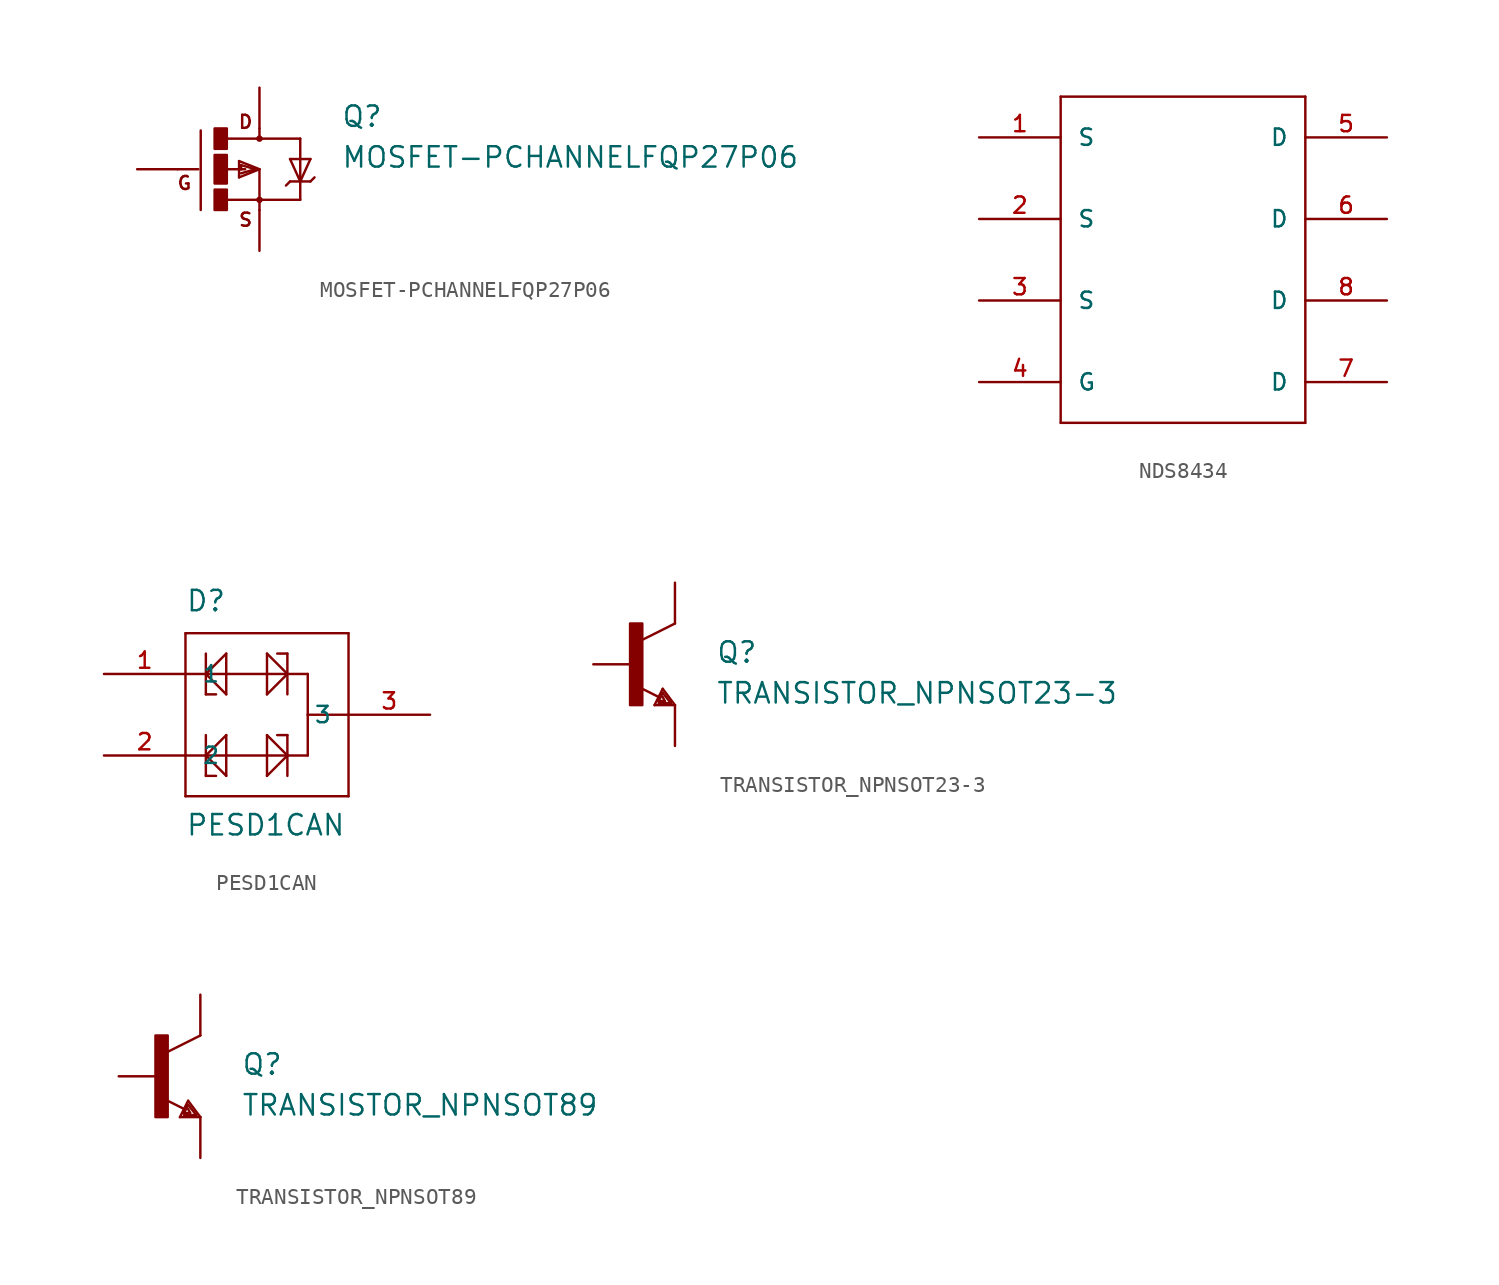
<source format=kicad_sym>
(kicad_symbol_lib
  (version 20211014)
  (generator kicad_symbol_editor)
  (symbol "MOSFET-PCHANNELFQP27P06"
    (pin_numbers hide)
    (pin_names
      (offset 1.016) hide)
    (property "Reference" "Q"
      (at 5.08 2.54 0)
      (effects (font (size 1.27 1.27)) (justify left bottom)))
    (property "Value" "MOSFET-PCHANNELFQP27P06"
      (at 5.08 0 0)
      (effects (font (size 1.27 1.27)) (justify left bottom)))
    (property "ki_locked" ""
      (at 0 0 0)
      (effects (font (size 1.27 1.27))))
    (symbol "MOSFET-PCHANNELFQP27P06_1_0"
      (polyline (pts (xy -3.81 0) (xy -5.08 0)) (stroke (width 0) (type default) (color 0 0 0 0)) (fill (type none)))
      (polyline (pts (xy -3.658 2.413) (xy -3.658 -2.54)) (stroke (width 0) (type default) (color 0 0 0 0)) (fill (type none)))
      (polyline (pts (xy -2.032 -1.905) (xy 0 -1.905)) (stroke (width 0) (type default) (color 0 0 0 0)) (fill (type none)))
      (polyline (pts (xy -1.27 -0.508) (xy 0 0)) (stroke (width 0) (type default) (color 0 0 0 0)) (fill (type none)))
      (polyline (pts (xy -1.27 0.508) (xy -1.27 -0.508)) (stroke (width 0) (type default) (color 0 0 0 0)) (fill (type none)))
      (polyline (pts (xy -1.143 -0.254) (xy -0.254 0)) (stroke (width 0) (type default) (color 0 0 0 0)) (fill (type none)))
      (polyline (pts (xy -1.143 0) (xy -2.032 0)) (stroke (width 0) (type default) (color 0 0 0 0)) (fill (type none)))
      (polyline (pts (xy -1.143 0) (xy -0.889 0)) (stroke (width 0) (type default) (color 0 0 0 0)) (fill (type none)))
      (polyline (pts (xy -1.143 0.254) (xy -1.143 0)) (stroke (width 0) (type default) (color 0 0 0 0)) (fill (type none)))
      (polyline (pts (xy -0.254 0) (xy -1.143 0.254)) (stroke (width 0) (type default) (color 0 0 0 0)) (fill (type none)))
      (polyline (pts (xy 0 -1.905) (xy 0 -2.54)) (stroke (width 0) (type default) (color 0 0 0 0)) (fill (type none)))
      (polyline (pts (xy 0 0) (xy -1.27 0.508)) (stroke (width 0) (type default) (color 0 0 0 0)) (fill (type none)))
      (polyline (pts (xy 0 0) (xy 0 -1.905)) (stroke (width 0) (type default) (color 0 0 0 0)) (fill (type none)))
      (polyline (pts (xy 0 1.905) (xy -2.007 1.905)) (stroke (width 0) (type default) (color 0 0 0 0)) (fill (type none)))
      (polyline (pts (xy 0 1.905) (xy 2.54 1.905)) (stroke (width 0) (type default) (color 0 0 0 0)) (fill (type none)))
      (polyline (pts (xy 0 2.54) (xy 0 1.905)) (stroke (width 0) (type default) (color 0 0 0 0)) (fill (type none)))
      (polyline (pts (xy 1.905 -0.762) (xy 1.651 -1.016)) (stroke (width 0) (type default) (color 0 0 0 0)) (fill (type none)))
      (polyline (pts (xy 1.905 0.635) (xy 2.54 -0.762)) (stroke (width 0) (type default) (color 0 0 0 0)) (fill (type none)))
      (polyline (pts (xy 2.54 -1.905) (xy 0 -1.905)) (stroke (width 0) (type default) (color 0 0 0 0)) (fill (type none)))
      (polyline (pts (xy 2.54 -1.905) (xy 2.54 -0.762)) (stroke (width 0) (type default) (color 0 0 0 0)) (fill (type none)))
      (polyline (pts (xy 2.54 -0.762) (xy 1.905 -0.762)) (stroke (width 0) (type default) (color 0 0 0 0)) (fill (type none)))
      (polyline (pts (xy 2.54 -0.762) (xy 2.54 1.905)) (stroke (width 0) (type default) (color 0 0 0 0)) (fill (type none)))
      (polyline (pts (xy 2.54 -0.762) (xy 3.175 0.635)) (stroke (width 0) (type default) (color 0 0 0 0)) (fill (type none)))
      (polyline (pts (xy 3.175 -0.762) (xy 2.54 -0.762)) (stroke (width 0) (type default) (color 0 0 0 0)) (fill (type none)))
      (polyline (pts (xy 3.175 -0.762) (xy 3.429 -0.508)) (stroke (width 0) (type default) (color 0 0 0 0)) (fill (type none)))
      (polyline (pts (xy 3.175 0.635) (xy 1.905 0.635)) (stroke (width 0) (type default) (color 0 0 0 0)) (fill (type none)))
      (text "D" (at -0.864 2.946 0) (effects (font (size 0.813 0.813))))
      (text "G" (at -4.674 -0.864 0) (effects (font (size 0.813 0.813))))
      (text "S" (at -0.864 -3.15 0) (effects (font (size 0.813 0.813)))))
    (symbol "MOSFET-PCHANNELFQP27P06_1_1"
      (rectangle (start -2.794 -2.54) (end -2.032 -1.27) (stroke (width 0) (type default) (color 0 0 0 0)) (fill (type outline)))
      (rectangle (start -2.794 -0.889) (end -2.032 0.889) (stroke (width 0) (type default) (color 0 0 0 0)) (fill (type outline)))
      (rectangle (start -2.794 1.27) (end -2.032 2.54) (stroke (width 0) (type default) (color 0 0 0 0)) (fill (type outline)))
      (circle (center 0 -1.905) (radius 0.127) (stroke (width 0) (type default) (color 0 0 0 0)) (fill (type outline)))
      (circle (center 0 1.905) (radius 0.127) (stroke (width 0) (type default) (color 0 0 0 0)) (fill (type outline)))
      (pin passive line (at -7.62 0 0) (length 2.54) (name "G" (effects (font (size 1.016 1.016)))) (number "1" (effects (font (size 1.016 1.016)))))
      (pin passive line (at 0 5.08 270) (length 2.54) (name "D" (effects (font (size 1.016 1.016)))) (number "2" (effects (font (size 1.016 1.016)))))
      (pin passive line (at 0 -5.08 90) (length 2.54) (name "S" (effects (font (size 1.016 1.016)))) (number "3" (effects (font (size 1.016 1.016)))))))
  (symbol "NDS8434"
    (pin_names
      (offset 1.016))
    (property "Reference" "M"
      (at 0 0 0)
      (effects (font (size 1.27 1.27)) hide))
    (property "ki_locked" ""
      (at 0 0 0)
      (effects (font (size 1.27 1.27))))
    (symbol "NDS8434_1_0"
      (polyline (pts (xy -7.62 -10.16) (xy -7.62 10.16)) (stroke (width 0) (type default) (color 0 0 0 0)) (fill (type none)))
      (polyline (pts (xy -7.62 10.16) (xy 7.62 10.16)) (stroke (width 0) (type default) (color 0 0 0 0)) (fill (type none)))
      (polyline (pts (xy 7.62 -10.16) (xy -7.62 -10.16)) (stroke (width 0) (type default) (color 0 0 0 0)) (fill (type none)))
      (polyline (pts (xy 7.62 10.16) (xy 7.62 -10.16)) (stroke (width 0) (type default) (color 0 0 0 0)) (fill (type none))))
    (symbol "NDS8434_1_1"
      (pin bidirectional line (at -12.7 7.62 0) (length 5.08) (name "S" (effects (font (size 1.016 1.016)))) (number "1" (effects (font (size 1.016 1.016)))))
      (pin bidirectional line (at -12.7 2.54 0) (length 5.08) (name "S" (effects (font (size 1.016 1.016)))) (number "2" (effects (font (size 1.016 1.016)))))
      (pin bidirectional line (at -12.7 -2.54 0) (length 5.08) (name "S" (effects (font (size 1.016 1.016)))) (number "3" (effects (font (size 1.016 1.016)))))
      (pin bidirectional line (at -12.7 -7.62 0) (length 5.08) (name "G" (effects (font (size 1.016 1.016)))) (number "4" (effects (font (size 1.016 1.016)))))
      (pin bidirectional line (at 12.7 7.62 180) (length 5.08) (name "D" (effects (font (size 1.016 1.016)))) (number "5" (effects (font (size 1.016 1.016)))))
      (pin bidirectional line (at 12.7 2.54 180) (length 5.08) (name "D" (effects (font (size 1.016 1.016)))) (number "6" (effects (font (size 1.016 1.016)))))
      (pin bidirectional line (at 12.7 -7.62 180) (length 5.08) (name "D" (effects (font (size 1.016 1.016)))) (number "7" (effects (font (size 1.016 1.016)))))
      (pin bidirectional line (at 12.7 -2.54 180) (length 5.08) (name "D" (effects (font (size 1.016 1.016)))) (number "8" (effects (font (size 1.016 1.016)))))))
  (symbol "PESD1CAN"
    (pin_names
      (offset 1.016))
    (property "Reference" "D"
      (at 0 11.43 0)
      (effects (font (size 1.27 1.27)) (justify left bottom)))
    (property "Value" "PESD1CAN"
      (at 0 -2.54 0)
      (effects (font (size 1.27 1.27)) (justify left bottom)))
    (property "ki_locked" ""
      (at 0 0 0)
      (effects (font (size 1.27 1.27))))
    (symbol "PESD1CAN_1_0"
      (polyline (pts (xy 0 0) (xy 10.16 0)) (stroke (width 0) (type default) (color 0 0 0 0)) (fill (type none)))
      (polyline (pts (xy 0 2.54) (xy 0 0)) (stroke (width 0) (type default) (color 0 0 0 0)) (fill (type none)))
      (polyline (pts (xy 0 2.54) (xy 1.27 2.54)) (stroke (width 0) (type default) (color 0 0 0 0)) (fill (type none)))
      (polyline (pts (xy 0 7.62) (xy 0 2.54)) (stroke (width 0) (type default) (color 0 0 0 0)) (fill (type none)))
      (polyline (pts (xy 0 7.62) (xy 1.27 7.62)) (stroke (width 0) (type default) (color 0 0 0 0)) (fill (type none)))
      (polyline (pts (xy 0 10.16) (xy 0 7.62)) (stroke (width 0) (type default) (color 0 0 0 0)) (fill (type none)))
      (polyline (pts (xy 1.27 1.27) (xy 1.905 1.27)) (stroke (width 0) (type default) (color 0 0 0 0)) (fill (type none)))
      (polyline (pts (xy 1.27 2.54) (xy 1.27 1.27)) (stroke (width 0) (type default) (color 0 0 0 0)) (fill (type none)))
      (polyline (pts (xy 1.27 2.54) (xy 2.54 3.81)) (stroke (width 0) (type default) (color 0 0 0 0)) (fill (type none)))
      (polyline (pts (xy 1.27 2.54) (xy 6.35 2.54)) (stroke (width 0) (type default) (color 0 0 0 0)) (fill (type none)))
      (polyline (pts (xy 1.27 3.81) (xy 1.27 2.54)) (stroke (width 0) (type default) (color 0 0 0 0)) (fill (type none)))
      (polyline (pts (xy 1.27 6.35) (xy 1.905 6.35)) (stroke (width 0) (type default) (color 0 0 0 0)) (fill (type none)))
      (polyline (pts (xy 1.27 7.62) (xy 1.27 6.35)) (stroke (width 0) (type default) (color 0 0 0 0)) (fill (type none)))
      (polyline (pts (xy 1.27 7.62) (xy 2.54 8.89)) (stroke (width 0) (type default) (color 0 0 0 0)) (fill (type none)))
      (polyline (pts (xy 1.27 7.62) (xy 6.35 7.62)) (stroke (width 0) (type default) (color 0 0 0 0)) (fill (type none)))
      (polyline (pts (xy 1.27 8.89) (xy 1.27 7.62)) (stroke (width 0) (type default) (color 0 0 0 0)) (fill (type none)))
      (polyline (pts (xy 2.54 1.27) (xy 1.27 2.54)) (stroke (width 0) (type default) (color 0 0 0 0)) (fill (type none)))
      (polyline (pts (xy 2.54 3.81) (xy 2.54 1.27)) (stroke (width 0) (type default) (color 0 0 0 0)) (fill (type none)))
      (polyline (pts (xy 2.54 6.35) (xy 1.27 7.62)) (stroke (width 0) (type default) (color 0 0 0 0)) (fill (type none)))
      (polyline (pts (xy 2.54 8.89) (xy 2.54 6.35)) (stroke (width 0) (type default) (color 0 0 0 0)) (fill (type none)))
      (polyline (pts (xy 5.08 1.27) (xy 6.35 2.54)) (stroke (width 0) (type default) (color 0 0 0 0)) (fill (type none)))
      (polyline (pts (xy 5.08 3.81) (xy 5.08 1.27)) (stroke (width 0) (type default) (color 0 0 0 0)) (fill (type none)))
      (polyline (pts (xy 5.08 6.35) (xy 6.35 7.62)) (stroke (width 0) (type default) (color 0 0 0 0)) (fill (type none)))
      (polyline (pts (xy 5.08 8.89) (xy 5.08 6.35)) (stroke (width 0) (type default) (color 0 0 0 0)) (fill (type none)))
      (polyline (pts (xy 6.35 1.27) (xy 6.35 2.54)) (stroke (width 0) (type default) (color 0 0 0 0)) (fill (type none)))
      (polyline (pts (xy 6.35 2.54) (xy 5.08 3.81)) (stroke (width 0) (type default) (color 0 0 0 0)) (fill (type none)))
      (polyline (pts (xy 6.35 2.54) (xy 6.35 3.81)) (stroke (width 0) (type default) (color 0 0 0 0)) (fill (type none)))
      (polyline (pts (xy 6.35 2.54) (xy 7.62 2.54)) (stroke (width 0) (type default) (color 0 0 0 0)) (fill (type none)))
      (polyline (pts (xy 6.35 3.81) (xy 5.715 3.81)) (stroke (width 0) (type default) (color 0 0 0 0)) (fill (type none)))
      (polyline (pts (xy 6.35 6.35) (xy 6.35 7.62)) (stroke (width 0) (type default) (color 0 0 0 0)) (fill (type none)))
      (polyline (pts (xy 6.35 7.62) (xy 5.08 8.89)) (stroke (width 0) (type default) (color 0 0 0 0)) (fill (type none)))
      (polyline (pts (xy 6.35 7.62) (xy 6.35 8.89)) (stroke (width 0) (type default) (color 0 0 0 0)) (fill (type none)))
      (polyline (pts (xy 6.35 7.62) (xy 7.62 7.62)) (stroke (width 0) (type default) (color 0 0 0 0)) (fill (type none)))
      (polyline (pts (xy 6.35 8.89) (xy 5.715 8.89)) (stroke (width 0) (type default) (color 0 0 0 0)) (fill (type none)))
      (polyline (pts (xy 7.62 5.08) (xy 7.62 2.54)) (stroke (width 0) (type default) (color 0 0 0 0)) (fill (type none)))
      (polyline (pts (xy 7.62 5.08) (xy 10.16 5.08)) (stroke (width 0) (type default) (color 0 0 0 0)) (fill (type none)))
      (polyline (pts (xy 7.62 7.62) (xy 7.62 5.08)) (stroke (width 0) (type default) (color 0 0 0 0)) (fill (type none)))
      (polyline (pts (xy 10.16 0) (xy 10.16 10.16)) (stroke (width 0) (type default) (color 0 0 0 0)) (fill (type none)))
      (polyline (pts (xy 10.16 10.16) (xy 0 10.16)) (stroke (width 0) (type default) (color 0 0 0 0)) (fill (type none))))
    (symbol "PESD1CAN_1_1"
      (pin bidirectional line (at -5.08 7.62 0) (length 5.08) (name "1" (effects (font (size 1.016 1.016)))) (number "1" (effects (font (size 1.016 1.016)))))
      (pin bidirectional line (at -5.08 2.54 0) (length 5.08) (name "2" (effects (font (size 1.016 1.016)))) (number "2" (effects (font (size 1.016 1.016)))))
      (pin bidirectional line (at 15.24 5.08 180) (length 5.08) (name "3" (effects (font (size 1.016 1.016)))) (number "3" (effects (font (size 1.016 1.016)))))))
  (symbol "TRANSISTOR_NPNSOT23-3"
    (pin_numbers hide)
    (pin_names
      (offset 1.016) hide)
    (property "Reference" "Q"
      (at 5.08 0 0)
      (effects (font (size 1.27 1.27)) (justify left bottom)))
    (property "Value" "TRANSISTOR_NPNSOT23-3"
      (at 5.08 -2.54 0)
      (effects (font (size 1.27 1.27)) (justify left bottom)))
    (property "ki_locked" ""
      (at 0 0 0)
      (effects (font (size 1.27 1.27))))
    (symbol "TRANSISTOR_NPNSOT23-3_1_0"
      (polyline (pts (xy 1.27 -2.54) (xy 1.778 -1.524)) (stroke (width 0) (type default) (color 0 0 0 0)) (fill (type none)))
      (polyline (pts (xy 1.524 -2.413) (xy 2.286 -2.413)) (stroke (width 0) (type default) (color 0 0 0 0)) (fill (type none)))
      (polyline (pts (xy 1.524 -2.286) (xy 1.905 -2.286)) (stroke (width 0) (type default) (color 0 0 0 0)) (fill (type none)))
      (polyline (pts (xy 1.524 -2.032) (xy 0.305 -1.422)) (stroke (width 0) (type default) (color 0 0 0 0)) (fill (type none)))
      (polyline (pts (xy 1.778 -1.778) (xy 1.524 -2.286)) (stroke (width 0) (type default) (color 0 0 0 0)) (fill (type none)))
      (polyline (pts (xy 1.778 -1.524) (xy 2.54 -2.54)) (stroke (width 0) (type default) (color 0 0 0 0)) (fill (type none)))
      (polyline (pts (xy 1.905 -2.286) (xy 1.778 -2.032)) (stroke (width 0) (type default) (color 0 0 0 0)) (fill (type none)))
      (polyline (pts (xy 2.286 -2.413) (xy 1.778 -1.778)) (stroke (width 0) (type default) (color 0 0 0 0)) (fill (type none)))
      (polyline (pts (xy 2.54 -2.54) (xy 1.27 -2.54)) (stroke (width 0) (type default) (color 0 0 0 0)) (fill (type none)))
      (polyline (pts (xy 2.54 2.54) (xy 0.508 1.524)) (stroke (width 0) (type default) (color 0 0 0 0)) (fill (type none))))
    (symbol "TRANSISTOR_NPNSOT23-3_1_1"
      (rectangle (start -0.254 -2.54) (end 0.508 2.54) (stroke (width 0) (type default) (color 0 0 0 0)) (fill (type outline)))
      (pin passive line (at -2.54 0 0) (length 2.54) (name "B" (effects (font (size 1.016 1.016)))) (number "1" (effects (font (size 1.016 1.016)))))
      (pin passive line (at 2.54 -5.08 90) (length 2.54) (name "E" (effects (font (size 1.016 1.016)))) (number "2" (effects (font (size 1.016 1.016)))))
      (pin passive line (at 2.54 5.08 270) (length 2.54) (name "C" (effects (font (size 1.016 1.016)))) (number "3" (effects (font (size 1.016 1.016)))))))
  (symbol "TRANSISTOR_NPNSOT89"
    (pin_numbers hide)
    (pin_names
      (offset 1.016) hide)
    (property "Reference" "Q"
      (at 5.08 0 0)
      (effects (font (size 1.27 1.27)) (justify left bottom)))
    (property "Value" "TRANSISTOR_NPNSOT89"
      (at 5.08 -2.54 0)
      (effects (font (size 1.27 1.27)) (justify left bottom)))
    (property "ki_locked" ""
      (at 0 0 0)
      (effects (font (size 1.27 1.27))))
    (symbol "TRANSISTOR_NPNSOT89_1_0"
      (polyline (pts (xy 1.27 -2.54) (xy 1.778 -1.524)) (stroke (width 0) (type default) (color 0 0 0 0)) (fill (type none)))
      (polyline (pts (xy 1.524 -2.413) (xy 2.286 -2.413)) (stroke (width 0) (type default) (color 0 0 0 0)) (fill (type none)))
      (polyline (pts (xy 1.524 -2.286) (xy 1.905 -2.286)) (stroke (width 0) (type default) (color 0 0 0 0)) (fill (type none)))
      (polyline (pts (xy 1.524 -2.032) (xy 0.305 -1.422)) (stroke (width 0) (type default) (color 0 0 0 0)) (fill (type none)))
      (polyline (pts (xy 1.778 -1.778) (xy 1.524 -2.286)) (stroke (width 0) (type default) (color 0 0 0 0)) (fill (type none)))
      (polyline (pts (xy 1.778 -1.524) (xy 2.54 -2.54)) (stroke (width 0) (type default) (color 0 0 0 0)) (fill (type none)))
      (polyline (pts (xy 1.905 -2.286) (xy 1.778 -2.032)) (stroke (width 0) (type default) (color 0 0 0 0)) (fill (type none)))
      (polyline (pts (xy 2.286 -2.413) (xy 1.778 -1.778)) (stroke (width 0) (type default) (color 0 0 0 0)) (fill (type none)))
      (polyline (pts (xy 2.54 -2.54) (xy 1.27 -2.54)) (stroke (width 0) (type default) (color 0 0 0 0)) (fill (type none)))
      (polyline (pts (xy 2.54 2.54) (xy 0.508 1.524)) (stroke (width 0) (type default) (color 0 0 0 0)) (fill (type none))))
    (symbol "TRANSISTOR_NPNSOT89_1_1"
      (rectangle (start -0.254 -2.54) (end 0.508 2.54) (stroke (width 0) (type default) (color 0 0 0 0)) (fill (type outline)))
      (pin passive line (at -2.54 0 0) (length 2.54) (name "B" (effects (font (size 1.016 1.016)))) (number "1" (effects (font (size 1.016 1.016)))))
      (pin passive line (at 2.54 5.08 270) (length 2.54) (name "C" (effects (font (size 1.016 1.016)))) (number "2" (effects (font (size 1.016 1.016)))))
      (pin passive line (at 2.54 -5.08 90) (length 2.54) (name "E" (effects (font (size 1.016 1.016)))) (number "3" (effects (font (size 1.016 1.016))))))))
</source>
